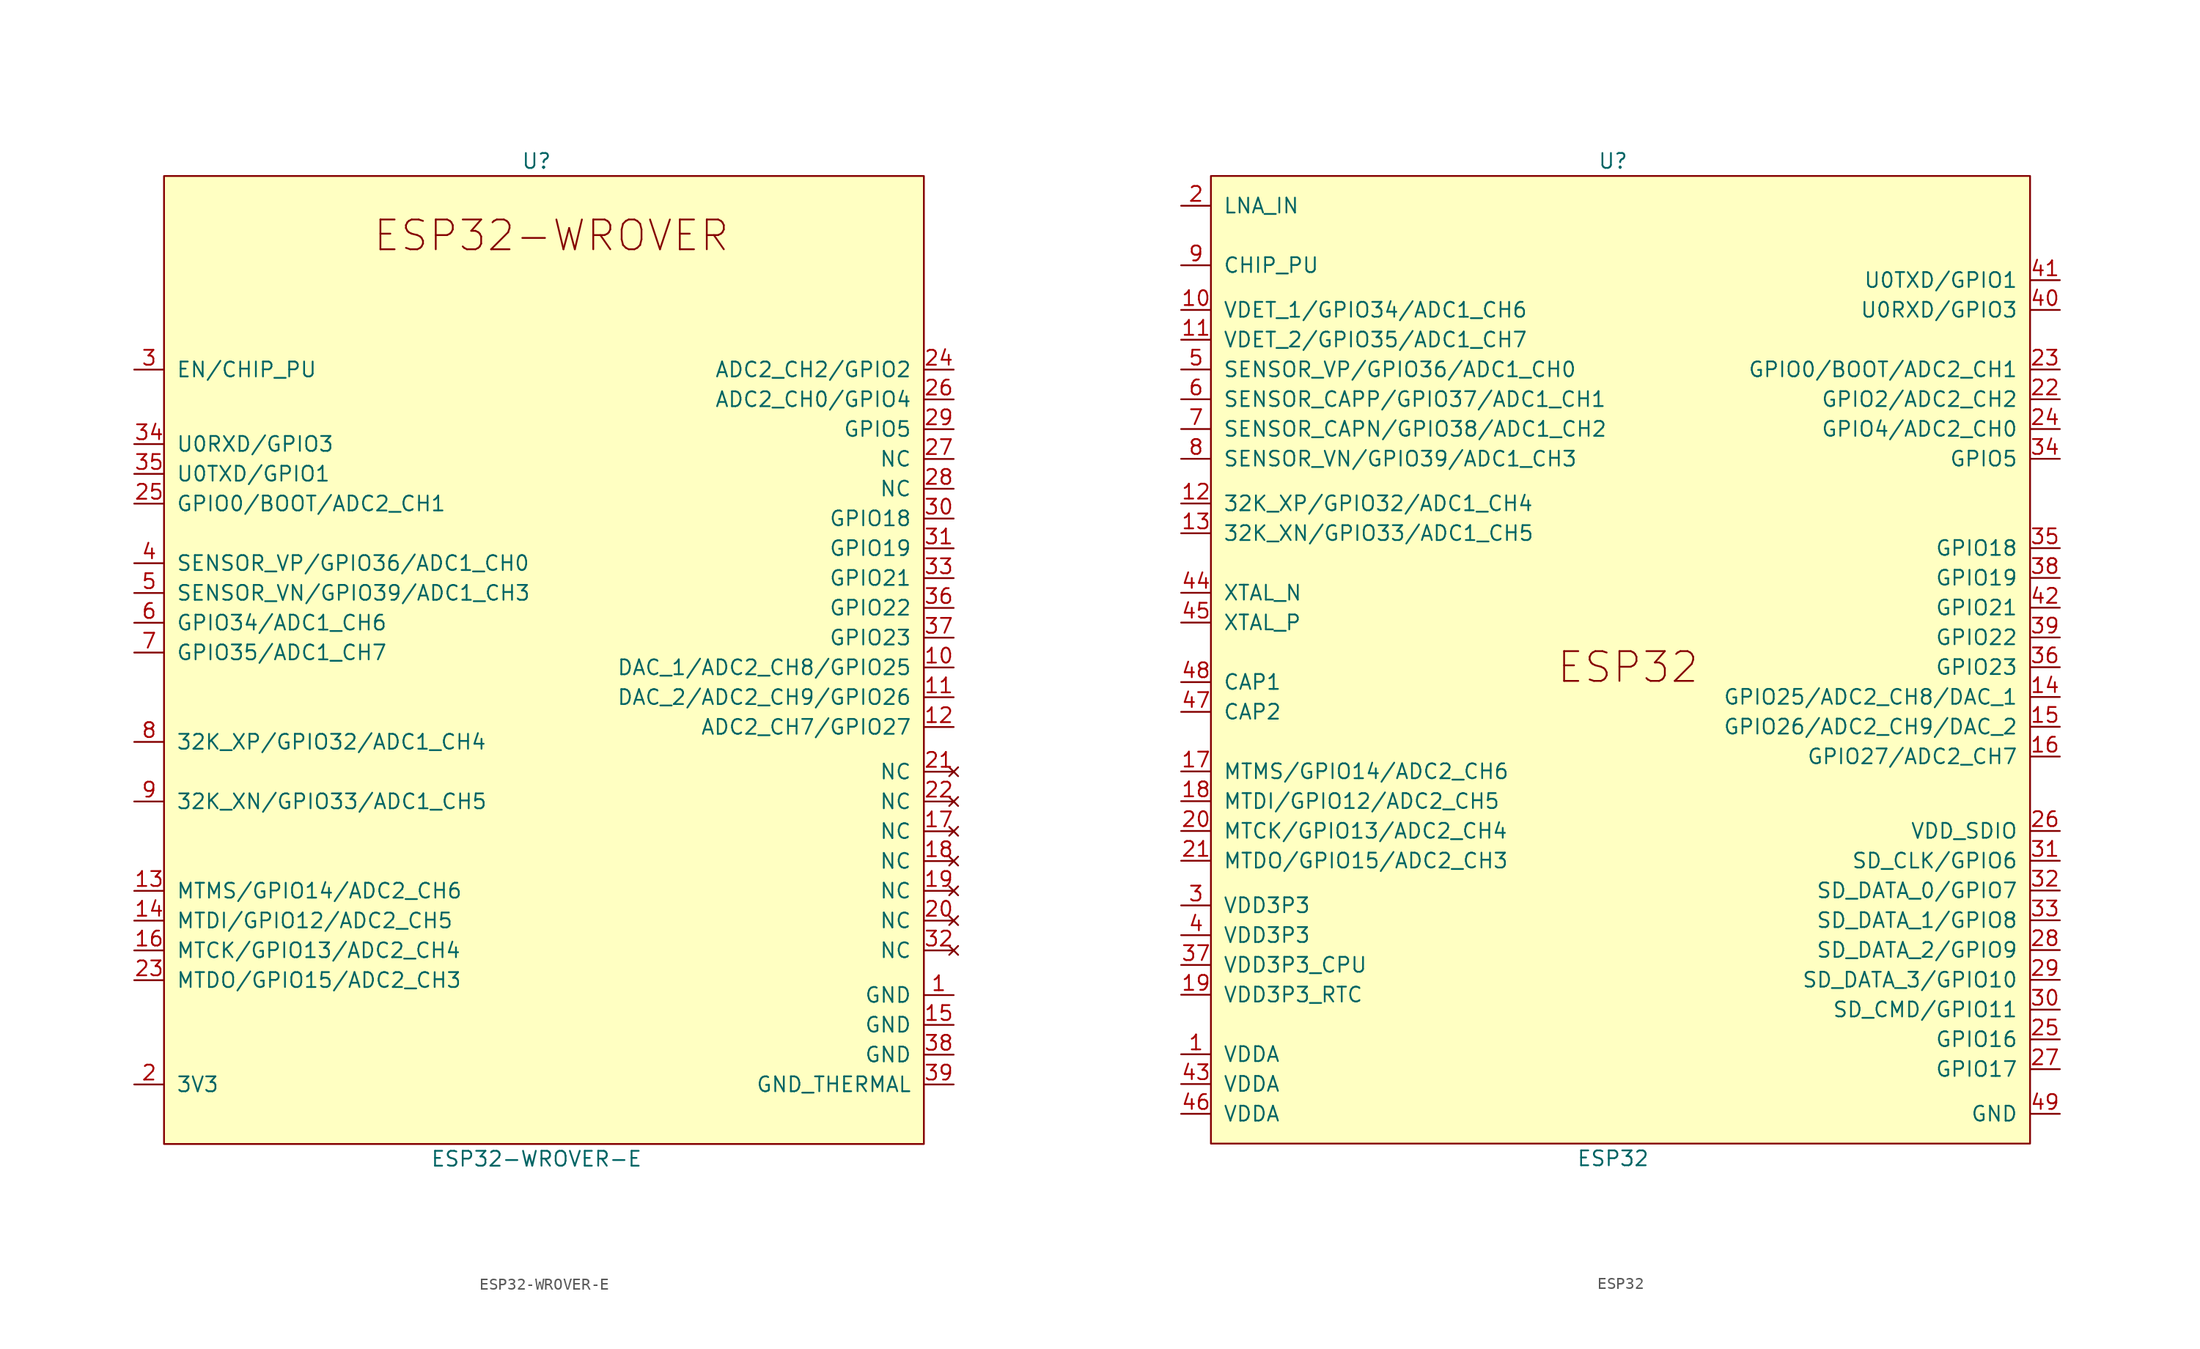
<source format=kicad_sym>
(kicad_symbol_lib
  (version 20211014)
  (generator kicad_symbol_editor)
  (symbol "ESP32-WROVER-E"
    (pin_names
      (offset 1.016))
    (property "Reference" "U"
      (at 0 43.18 0)
      (effects (font (size 1.27 1.27))))
    (property "Value" "ESP32-WROVER-E"
      (at 0 -41.91 0)
      (effects (font (size 1.27 1.27))))
    (symbol "ESP32-WROVER-E_0_1"
      (rectangle (start 33.02 41.91) (end -31.75 -40.64) (stroke (width 0) (type default) (color 0 0 0 0)) (fill (type background))))
    (symbol "ESP32-WROVER-E_1_1"
      (text "ESP32-­WROVER" (at 1.27 36.83 0) (effects (font (size 2.54 2.54))))
      (pin power_in line (at 35.56 -27.94 180) (length 2.54) (name "GND" (effects (font (size 1.27 1.27)))) (number "1" (effects (font (size 1.27 1.27)))))
      (pin bidirectional line (at 35.56 0 180) (length 2.54) (name "DAC_1/ADC2_CH8/GPIO25" (effects (font (size 1.27 1.27)))) (number "10" (effects (font (size 1.27 1.27)))))
      (pin bidirectional line (at 35.56 -2.54 180) (length 2.54) (name "DAC_2/ADC2_CH9/GPIO26" (effects (font (size 1.27 1.27)))) (number "11" (effects (font (size 1.27 1.27)))))
      (pin bidirectional line (at 35.56 -5.08 180) (length 2.54) (name "ADC2_CH7/GPIO27" (effects (font (size 1.27 1.27)))) (number "12" (effects (font (size 1.27 1.27)))))
      (pin bidirectional line (at -34.29 -19.05 0) (length 2.54) (name "MTMS/GPIO14/ADC2_CH6" (effects (font (size 1.27 1.27)))) (number "13" (effects (font (size 1.27 1.27)))))
      (pin bidirectional line (at -34.29 -21.59 0) (length 2.54) (name "MTDI/GPIO12/ADC2_CH5" (effects (font (size 1.27 1.27)))) (number "14" (effects (font (size 1.27 1.27)))))
      (pin power_in line (at 35.56 -30.48 180) (length 2.54) (name "GND" (effects (font (size 1.27 1.27)))) (number "15" (effects (font (size 1.27 1.27)))))
      (pin bidirectional line (at -34.29 -24.13 0) (length 2.54) (name "MTCK/GPIO13/ADC2_CH4" (effects (font (size 1.27 1.27)))) (number "16" (effects (font (size 1.27 1.27)))))
      (pin no_connect line (at 35.56 -13.97 180) (length 2.54) (name "NC" (effects (font (size 1.27 1.27)))) (number "17" (effects (font (size 1.27 1.27)))))
      (pin no_connect line (at 35.56 -16.51 180) (length 2.54) (name "NC" (effects (font (size 1.27 1.27)))) (number "18" (effects (font (size 1.27 1.27)))))
      (pin no_connect line (at 35.56 -19.05 180) (length 2.54) (name "NC" (effects (font (size 1.27 1.27)))) (number "19" (effects (font (size 1.27 1.27)))))
      (pin power_in line (at -34.29 -35.56 0) (length 2.54) (name "3V3" (effects (font (size 1.27 1.27)))) (number "2" (effects (font (size 1.27 1.27)))))
      (pin no_connect line (at 35.56 -21.59 180) (length 2.54) (name "NC" (effects (font (size 1.27 1.27)))) (number "20" (effects (font (size 1.27 1.27)))))
      (pin no_connect line (at 35.56 -8.89 180) (length 2.54) (name "NC" (effects (font (size 1.27 1.27)))) (number "21" (effects (font (size 1.27 1.27)))))
      (pin no_connect line (at 35.56 -11.43 180) (length 2.54) (name "NC" (effects (font (size 1.27 1.27)))) (number "22" (effects (font (size 1.27 1.27)))))
      (pin bidirectional line (at -34.29 -26.67 0) (length 2.54) (name "MTDO/GPIO15/ADC2_CH3" (effects (font (size 1.27 1.27)))) (number "23" (effects (font (size 1.27 1.27)))))
      (pin bidirectional line (at 35.56 25.4 180) (length 2.54) (name "ADC2_CH2/GPIO2" (effects (font (size 1.27 1.27)))) (number "24" (effects (font (size 1.27 1.27)))))
      (pin bidirectional line (at -34.29 13.97 0) (length 2.54) (name "GPIO0/BOOT/ADC2_CH1" (effects (font (size 1.27 1.27)))) (number "25" (effects (font (size 1.27 1.27)))))
      (pin bidirectional line (at 35.56 22.86 180) (length 2.54) (name "ADC2_CH0/GPIO4" (effects (font (size 1.27 1.27)))) (number "26" (effects (font (size 1.27 1.27)))))
      (pin bidirectional line (at 35.56 17.78 180) (length 2.54) (name "NC" (effects (font (size 1.27 1.27)))) (number "27" (effects (font (size 1.27 1.27)))))
      (pin bidirectional line (at 35.56 15.24 180) (length 2.54) (name "NC" (effects (font (size 1.27 1.27)))) (number "28" (effects (font (size 1.27 1.27)))))
      (pin bidirectional line (at 35.56 20.32 180) (length 2.54) (name "GPIO5" (effects (font (size 1.27 1.27)))) (number "29" (effects (font (size 1.27 1.27)))))
      (pin input line (at -34.29 25.4 0) (length 2.54) (name "EN/CHIP_PU" (effects (font (size 1.27 1.27)))) (number "3" (effects (font (size 1.27 1.27)))))
      (pin bidirectional line (at 35.56 12.7 180) (length 2.54) (name "GPIO18" (effects (font (size 1.27 1.27)))) (number "30" (effects (font (size 1.27 1.27)))))
      (pin bidirectional line (at 35.56 10.16 180) (length 2.54) (name "GPIO19" (effects (font (size 1.27 1.27)))) (number "31" (effects (font (size 1.27 1.27)))))
      (pin no_connect line (at 35.56 -24.13 180) (length 2.54) (name "NC" (effects (font (size 1.27 1.27)))) (number "32" (effects (font (size 1.27 1.27)))))
      (pin bidirectional line (at 35.56 7.62 180) (length 2.54) (name "GPIO21" (effects (font (size 1.27 1.27)))) (number "33" (effects (font (size 1.27 1.27)))))
      (pin bidirectional line (at -34.29 19.05 0) (length 2.54) (name "U0RXD/GPIO3" (effects (font (size 1.27 1.27)))) (number "34" (effects (font (size 1.27 1.27)))))
      (pin bidirectional line (at -34.29 16.51 0) (length 2.54) (name "U0TXD/GPIO1" (effects (font (size 1.27 1.27)))) (number "35" (effects (font (size 1.27 1.27)))))
      (pin bidirectional line (at 35.56 5.08 180) (length 2.54) (name "GPIO22" (effects (font (size 1.27 1.27)))) (number "36" (effects (font (size 1.27 1.27)))))
      (pin bidirectional line (at 35.56 2.54 180) (length 2.54) (name "GPIO23" (effects (font (size 1.27 1.27)))) (number "37" (effects (font (size 1.27 1.27)))))
      (pin power_in line (at 35.56 -33.02 180) (length 2.54) (name "GND" (effects (font (size 1.27 1.27)))) (number "38" (effects (font (size 1.27 1.27)))))
      (pin power_in line (at 35.56 -35.56 180) (length 2.54) (name "GND_THERMAL" (effects (font (size 1.27 1.27)))) (number "39" (effects (font (size 1.27 1.27)))))
      (pin input line (at -34.29 8.89 0) (length 2.54) (name "SENSOR_VP/GPIO36/ADC1_CH0" (effects (font (size 1.27 1.27)))) (number "4" (effects (font (size 1.27 1.27)))))
      (pin input line (at -34.29 6.35 0) (length 2.54) (name "SENSOR_VN/GPIO39/ADC1_CH3" (effects (font (size 1.27 1.27)))) (number "5" (effects (font (size 1.27 1.27)))))
      (pin input line (at -34.29 3.81 0) (length 2.54) (name "GPIO34/ADC1_CH6" (effects (font (size 1.27 1.27)))) (number "6" (effects (font (size 1.27 1.27)))))
      (pin input line (at -34.29 1.27 0) (length 2.54) (name "GPIO35/ADC1_CH7" (effects (font (size 1.27 1.27)))) (number "7" (effects (font (size 1.27 1.27)))))
      (pin bidirectional line (at -34.29 -6.35 0) (length 2.54) (name "32K_XP/GPIO32/ADC1_CH4" (effects (font (size 1.27 1.27)))) (number "8" (effects (font (size 1.27 1.27)))))
      (pin bidirectional line (at -34.29 -11.43 0) (length 2.54) (name "32K_XN/GPIO33/ADC1_CH5" (effects (font (size 1.27 1.27)))) (number "9" (effects (font (size 1.27 1.27)))))))
  (symbol "ESP32"
    (pin_names
      (offset 1.016))
    (property "Reference" "U"
      (at 0 43.18 0)
      (effects (font (size 1.27 1.27))))
    (property "Value" "ESP32"
      (at 0 -41.91 0)
      (effects (font (size 1.27 1.27))))
    (symbol "ESP32_0_0"
      (text "ESP32" (at 1.27 0 0) (effects (font (size 2.54 2.54)))))
    (symbol "ESP32_0_1"
      (rectangle (start -34.29 41.91) (end 35.56 -40.64) (stroke (width 0) (type default) (color 0 0 0 0)) (fill (type background))))
    (symbol "ESP32_1_1"
      (pin power_in line (at -36.83 -33.02 0) (length 2.54) (name "VDDA" (effects (font (size 1.27 1.27)))) (number "1" (effects (font (size 1.27 1.27)))))
      (pin input line (at -36.83 30.48 0) (length 2.54) (name "VDET_1/GPIO34/ADC1_CH6" (effects (font (size 1.27 1.27)))) (number "10" (effects (font (size 1.27 1.27)))))
      (pin input line (at -36.83 27.94 0) (length 2.54) (name "VDET_2/GPIO35/ADC1_CH7" (effects (font (size 1.27 1.27)))) (number "11" (effects (font (size 1.27 1.27)))))
      (pin bidirectional line (at -36.83 13.97 0) (length 2.54) (name "32K_XP/GPIO32/ADC1_CH4" (effects (font (size 1.27 1.27)))) (number "12" (effects (font (size 1.27 1.27)))))
      (pin bidirectional line (at -36.83 11.43 0) (length 2.54) (name "32K_XN/GPIO33/ADC1_CH5" (effects (font (size 1.27 1.27)))) (number "13" (effects (font (size 1.27 1.27)))))
      (pin bidirectional line (at 38.1 -2.54 180) (length 2.54) (name "GPIO25/ADC2_CH8/DAC_1" (effects (font (size 1.27 1.27)))) (number "14" (effects (font (size 1.27 1.27)))))
      (pin bidirectional line (at 38.1 -5.08 180) (length 2.54) (name "GPIO26/ADC2_CH9/DAC_2" (effects (font (size 1.27 1.27)))) (number "15" (effects (font (size 1.27 1.27)))))
      (pin bidirectional line (at 38.1 -7.62 180) (length 2.54) (name "GPIO27/ADC2_CH7" (effects (font (size 1.27 1.27)))) (number "16" (effects (font (size 1.27 1.27)))))
      (pin bidirectional line (at -36.83 -8.89 0) (length 2.54) (name "MTMS/GPIO14/ADC2_CH6" (effects (font (size 1.27 1.27)))) (number "17" (effects (font (size 1.27 1.27)))))
      (pin bidirectional line (at -36.83 -11.43 0) (length 2.54) (name "MTDI/GPIO12/ADC2_CH5" (effects (font (size 1.27 1.27)))) (number "18" (effects (font (size 1.27 1.27)))))
      (pin power_in line (at -36.83 -27.94 0) (length 2.54) (name "VDD3P3_RTC" (effects (font (size 1.27 1.27)))) (number "19" (effects (font (size 1.27 1.27)))))
      (pin bidirectional line (at -36.83 39.37 0) (length 2.54) (name "LNA_IN" (effects (font (size 1.27 1.27)))) (number "2" (effects (font (size 1.27 1.27)))))
      (pin bidirectional line (at -36.83 -13.97 0) (length 2.54) (name "MTCK/GPIO13/ADC2_CH4" (effects (font (size 1.27 1.27)))) (number "20" (effects (font (size 1.27 1.27)))))
      (pin bidirectional line (at -36.83 -16.51 0) (length 2.54) (name "MTDO/GPIO15/ADC2_CH3" (effects (font (size 1.27 1.27)))) (number "21" (effects (font (size 1.27 1.27)))))
      (pin bidirectional line (at 38.1 22.86 180) (length 2.54) (name "GPIO2/ADC2_CH2" (effects (font (size 1.27 1.27)))) (number "22" (effects (font (size 1.27 1.27)))))
      (pin bidirectional line (at 38.1 25.4 180) (length 2.54) (name "GPIO0/BOOT/ADC2_CH1" (effects (font (size 1.27 1.27)))) (number "23" (effects (font (size 1.27 1.27)))))
      (pin bidirectional line (at 38.1 20.32 180) (length 2.54) (name "GPIO4/ADC2_CH0" (effects (font (size 1.27 1.27)))) (number "24" (effects (font (size 1.27 1.27)))))
      (pin bidirectional line (at 38.1 -31.75 180) (length 2.54) (name "GPIO16" (effects (font (size 1.27 1.27)))) (number "25" (effects (font (size 1.27 1.27)))))
      (pin power_out line (at 38.1 -13.97 180) (length 2.54) (name "VDD_SDIO" (effects (font (size 1.27 1.27)))) (number "26" (effects (font (size 1.27 1.27)))))
      (pin bidirectional line (at 38.1 -34.29 180) (length 2.54) (name "GPIO17" (effects (font (size 1.27 1.27)))) (number "27" (effects (font (size 1.27 1.27)))))
      (pin bidirectional line (at 38.1 -24.13 180) (length 2.54) (name "SD_DATA_2/GPIO9" (effects (font (size 1.27 1.27)))) (number "28" (effects (font (size 1.27 1.27)))))
      (pin bidirectional line (at 38.1 -26.67 180) (length 2.54) (name "SD_DATA_3/GPIO10" (effects (font (size 1.27 1.27)))) (number "29" (effects (font (size 1.27 1.27)))))
      (pin power_in line (at -36.83 -20.32 0) (length 2.54) (name "VDD3P3" (effects (font (size 1.27 1.27)))) (number "3" (effects (font (size 1.27 1.27)))))
      (pin bidirectional line (at 38.1 -29.21 180) (length 2.54) (name "SD_CMD/GPIO11" (effects (font (size 1.27 1.27)))) (number "30" (effects (font (size 1.27 1.27)))))
      (pin bidirectional line (at 38.1 -16.51 180) (length 2.54) (name "SD_CLK/GPIO6" (effects (font (size 1.27 1.27)))) (number "31" (effects (font (size 1.27 1.27)))))
      (pin bidirectional line (at 38.1 -19.05 180) (length 2.54) (name "SD_DATA_0/GPIO7" (effects (font (size 1.27 1.27)))) (number "32" (effects (font (size 1.27 1.27)))))
      (pin bidirectional line (at 38.1 -21.59 180) (length 2.54) (name "SD_DATA_1/GPIO8" (effects (font (size 1.27 1.27)))) (number "33" (effects (font (size 1.27 1.27)))))
      (pin bidirectional line (at 38.1 17.78 180) (length 2.54) (name "GPIO5" (effects (font (size 1.27 1.27)))) (number "34" (effects (font (size 1.27 1.27)))))
      (pin bidirectional line (at 38.1 10.16 180) (length 2.54) (name "GPIO18" (effects (font (size 1.27 1.27)))) (number "35" (effects (font (size 1.27 1.27)))))
      (pin bidirectional line (at 38.1 0 180) (length 2.54) (name "GPIO23" (effects (font (size 1.27 1.27)))) (number "36" (effects (font (size 1.27 1.27)))))
      (pin power_in line (at -36.83 -25.4 0) (length 2.54) (name "VDD3P3_CPU" (effects (font (size 1.27 1.27)))) (number "37" (effects (font (size 1.27 1.27)))))
      (pin bidirectional line (at 38.1 7.62 180) (length 2.54) (name "GPIO19" (effects (font (size 1.27 1.27)))) (number "38" (effects (font (size 1.27 1.27)))))
      (pin bidirectional line (at 38.1 2.54 180) (length 2.54) (name "GPIO22" (effects (font (size 1.27 1.27)))) (number "39" (effects (font (size 1.27 1.27)))))
      (pin power_in line (at -36.83 -22.86 0) (length 2.54) (name "VDD3P3" (effects (font (size 1.27 1.27)))) (number "4" (effects (font (size 1.27 1.27)))))
      (pin bidirectional line (at 38.1 30.48 180) (length 2.54) (name "U0RXD/GPIO3" (effects (font (size 1.27 1.27)))) (number "40" (effects (font (size 1.27 1.27)))))
      (pin bidirectional line (at 38.1 33.02 180) (length 2.54) (name "U0TXD/GPIO1" (effects (font (size 1.27 1.27)))) (number "41" (effects (font (size 1.27 1.27)))))
      (pin bidirectional line (at 38.1 5.08 180) (length 2.54) (name "GPIO21" (effects (font (size 1.27 1.27)))) (number "42" (effects (font (size 1.27 1.27)))))
      (pin power_in line (at -36.83 -35.56 0) (length 2.54) (name "VDDA" (effects (font (size 1.27 1.27)))) (number "43" (effects (font (size 1.27 1.27)))))
      (pin output line (at -36.83 6.35 0) (length 2.54) (name "XTAL_N" (effects (font (size 1.27 1.27)))) (number "44" (effects (font (size 1.27 1.27)))))
      (pin input line (at -36.83 3.81 0) (length 2.54) (name "XTAL_P" (effects (font (size 1.27 1.27)))) (number "45" (effects (font (size 1.27 1.27)))))
      (pin power_in line (at -36.83 -38.1 0) (length 2.54) (name "VDDA" (effects (font (size 1.27 1.27)))) (number "46" (effects (font (size 1.27 1.27)))))
      (pin input line (at -36.83 -3.81 0) (length 2.54) (name "CAP2" (effects (font (size 1.27 1.27)))) (number "47" (effects (font (size 1.27 1.27)))))
      (pin input line (at -36.83 -1.27 0) (length 2.54) (name "CAP1" (effects (font (size 1.27 1.27)))) (number "48" (effects (font (size 1.27 1.27)))))
      (pin power_in line (at 38.1 -38.1 180) (length 2.54) (name "GND" (effects (font (size 1.27 1.27)))) (number "49" (effects (font (size 1.27 1.27)))))
      (pin input line (at -36.83 25.4 0) (length 2.54) (name "SENSOR_VP/GPIO36/ADC1_CH0" (effects (font (size 1.27 1.27)))) (number "5" (effects (font (size 1.27 1.27)))))
      (pin input line (at -36.83 22.86 0) (length 2.54) (name "SENSOR_CAPP/GPIO37/ADC1_CH1" (effects (font (size 1.27 1.27)))) (number "6" (effects (font (size 1.27 1.27)))))
      (pin input line (at -36.83 20.32 0) (length 2.54) (name "SENSOR_CAPN/GPIO38/ADC1_CH2" (effects (font (size 1.27 1.27)))) (number "7" (effects (font (size 1.27 1.27)))))
      (pin input line (at -36.83 17.78 0) (length 2.54) (name "SENSOR_VN/GPIO39/ADC1_CH3" (effects (font (size 1.27 1.27)))) (number "8" (effects (font (size 1.27 1.27)))))
      (pin input line (at -36.83 34.29 0) (length 2.54) (name "CHIP_PU" (effects (font (size 1.27 1.27)))) (number "9" (effects (font (size 1.27 1.27))))))))
</source>
